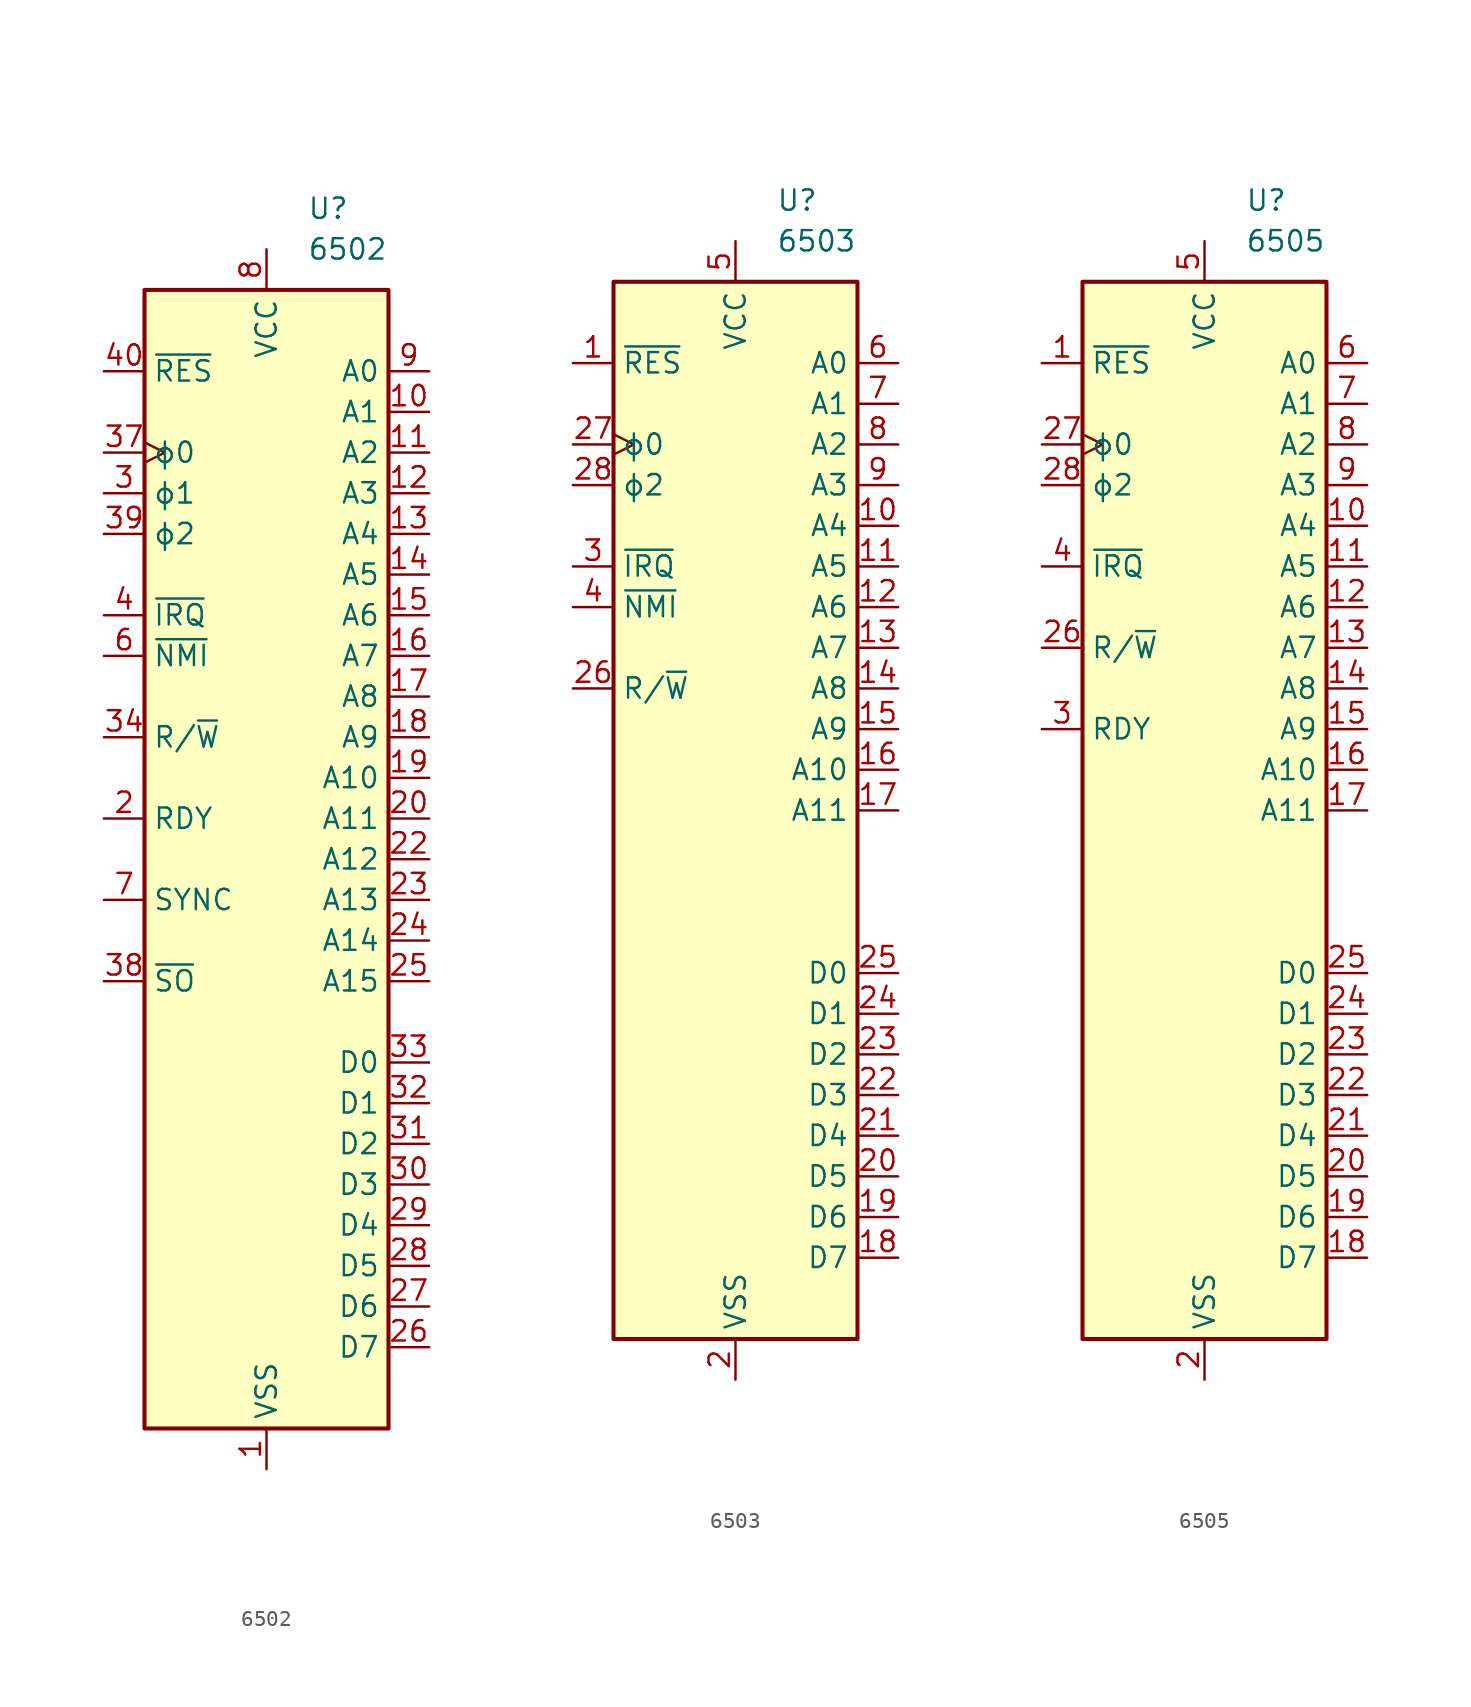
<source format=kicad_sym>
(kicad_symbol_lib
  (version 20220914)
  (generator kicad_symbol_editor)
  (symbol "6502"
    (property "Reference" "U"
      (at 2.54 40.64 0)
      (effects (font (size 1.27 1.27)) (justify left)))
    (property "Value" "6502"
      (at 2.54 38.1 0)
      (effects (font (size 1.27 1.27)) (justify left)))
    (symbol "6502_0_1"
      (rectangle (start -7.62 35.56) (end 7.62 -35.56) (stroke (width 0.254) (type default)) (fill (type background))))
    (symbol "6502_1_1"
      (pin power_in line (at 0 -38.1 90) (length 2.54) (name "VSS" (effects (font (size 1.27 1.27)))) (number "1" (effects (font (size 1.27 1.27)))))
      (pin output line (at 10.16 27.94 180) (length 2.54) (name "A1" (effects (font (size 1.27 1.27)))) (number "10" (effects (font (size 1.27 1.27)))))
      (pin output line (at 10.16 25.4 180) (length 2.54) (name "A2" (effects (font (size 1.27 1.27)))) (number "11" (effects (font (size 1.27 1.27)))))
      (pin output line (at 10.16 22.86 180) (length 2.54) (name "A3" (effects (font (size 1.27 1.27)))) (number "12" (effects (font (size 1.27 1.27)))))
      (pin output line (at 10.16 20.32 180) (length 2.54) (name "A4" (effects (font (size 1.27 1.27)))) (number "13" (effects (font (size 1.27 1.27)))))
      (pin output line (at 10.16 17.78 180) (length 2.54) (name "A5" (effects (font (size 1.27 1.27)))) (number "14" (effects (font (size 1.27 1.27)))))
      (pin output line (at 10.16 15.24 180) (length 2.54) (name "A6" (effects (font (size 1.27 1.27)))) (number "15" (effects (font (size 1.27 1.27)))))
      (pin output line (at 10.16 12.7 180) (length 2.54) (name "A7" (effects (font (size 1.27 1.27)))) (number "16" (effects (font (size 1.27 1.27)))))
      (pin output line (at 10.16 10.16 180) (length 2.54) (name "A8" (effects (font (size 1.27 1.27)))) (number "17" (effects (font (size 1.27 1.27)))))
      (pin output line (at 10.16 7.62 180) (length 2.54) (name "A9" (effects (font (size 1.27 1.27)))) (number "18" (effects (font (size 1.27 1.27)))))
      (pin output line (at 10.16 5.08 180) (length 2.54) (name "A10" (effects (font (size 1.27 1.27)))) (number "19" (effects (font (size 1.27 1.27)))))
      (pin input line (at -10.16 2.54 0) (length 2.54) (name "RDY" (effects (font (size 1.27 1.27)))) (number "2" (effects (font (size 1.27 1.27)))))
      (pin output line (at 10.16 2.54 180) (length 2.54) (name "A11" (effects (font (size 1.27 1.27)))) (number "20" (effects (font (size 1.27 1.27)))))
      (pin passive line (at 0 -38.1 90) (length 2.54) hide (name "VSS" (effects (font (size 1.27 1.27)))) (number "21" (effects (font (size 1.27 1.27)))))
      (pin output line (at 10.16 0 180) (length 2.54) (name "A12" (effects (font (size 1.27 1.27)))) (number "22" (effects (font (size 1.27 1.27)))))
      (pin output line (at 10.16 -2.54 180) (length 2.54) (name "A13" (effects (font (size 1.27 1.27)))) (number "23" (effects (font (size 1.27 1.27)))))
      (pin output line (at 10.16 -5.08 180) (length 2.54) (name "A14" (effects (font (size 1.27 1.27)))) (number "24" (effects (font (size 1.27 1.27)))))
      (pin output line (at 10.16 -7.62 180) (length 2.54) (name "A15" (effects (font (size 1.27 1.27)))) (number "25" (effects (font (size 1.27 1.27)))))
      (pin bidirectional line (at 10.16 -30.48 180) (length 2.54) (name "D7" (effects (font (size 1.27 1.27)))) (number "26" (effects (font (size 1.27 1.27)))))
      (pin bidirectional line (at 10.16 -27.94 180) (length 2.54) (name "D6" (effects (font (size 1.27 1.27)))) (number "27" (effects (font (size 1.27 1.27)))))
      (pin bidirectional line (at 10.16 -25.4 180) (length 2.54) (name "D5" (effects (font (size 1.27 1.27)))) (number "28" (effects (font (size 1.27 1.27)))))
      (pin bidirectional line (at 10.16 -22.86 180) (length 2.54) (name "D4" (effects (font (size 1.27 1.27)))) (number "29" (effects (font (size 1.27 1.27)))))
      (pin output line (at -10.16 22.86 0) (length 2.54) (name "ϕ1" (effects (font (size 1.27 1.27)))) (number "3" (effects (font (size 1.27 1.27)))))
      (pin bidirectional line (at 10.16 -20.32 180) (length 2.54) (name "D3" (effects (font (size 1.27 1.27)))) (number "30" (effects (font (size 1.27 1.27)))))
      (pin bidirectional line (at 10.16 -17.78 180) (length 2.54) (name "D2" (effects (font (size 1.27 1.27)))) (number "31" (effects (font (size 1.27 1.27)))))
      (pin bidirectional line (at 10.16 -15.24 180) (length 2.54) (name "D1" (effects (font (size 1.27 1.27)))) (number "32" (effects (font (size 1.27 1.27)))))
      (pin bidirectional line (at 10.16 -12.7 180) (length 2.54) (name "D0" (effects (font (size 1.27 1.27)))) (number "33" (effects (font (size 1.27 1.27)))))
      (pin output line (at -10.16 7.62 0) (length 2.54) (name "R/~{W}" (effects (font (size 1.27 1.27)))) (number "34" (effects (font (size 1.27 1.27)))))
      (pin no_connect non_logic (at -7.62 -15.24 0) (length 2.54) hide (name "nc" (effects (font (size 1.27 1.27)))) (number "35" (effects (font (size 1.27 1.27)))))
      (pin no_connect non_logic (at -7.62 -17.78 0) (length 2.54) hide (name "nc" (effects (font (size 1.27 1.27)))) (number "36" (effects (font (size 1.27 1.27)))))
      (pin input clock (at -10.16 25.4 0) (length 2.54) (name "ϕ0" (effects (font (size 1.27 1.27)))) (number "37" (effects (font (size 1.27 1.27)))))
      (pin input line (at -10.16 -7.62 0) (length 2.54) (name "~{SO}" (effects (font (size 1.27 1.27)))) (number "38" (effects (font (size 1.27 1.27)))))
      (pin output line (at -10.16 20.32 0) (length 2.54) (name "ϕ2" (effects (font (size 1.27 1.27)))) (number "39" (effects (font (size 1.27 1.27)))))
      (pin input line (at -10.16 15.24 0) (length 2.54) (name "~{IRQ}" (effects (font (size 1.27 1.27)))) (number "4" (effects (font (size 1.27 1.27)))))
      (pin input line (at -10.16 30.48 0) (length 2.54) (name "~{RES}" (effects (font (size 1.27 1.27)))) (number "40" (effects (font (size 1.27 1.27)))))
      (pin no_connect non_logic (at -7.62 -12.7 0) (length 2.54) hide (name "nc" (effects (font (size 1.27 1.27)))) (number "5" (effects (font (size 1.27 1.27)))))
      (pin input line (at -10.16 12.7 0) (length 2.54) (name "~{NMI}" (effects (font (size 1.27 1.27)))) (number "6" (effects (font (size 1.27 1.27)))))
      (pin output line (at -10.16 -2.54 0) (length 2.54) (name "SYNC" (effects (font (size 1.27 1.27)))) (number "7" (effects (font (size 1.27 1.27)))))
      (pin power_in line (at 0 38.1 270) (length 2.54) (name "VCC" (effects (font (size 1.27 1.27)))) (number "8" (effects (font (size 1.27 1.27)))))
      (pin output line (at 10.16 30.48 180) (length 2.54) (name "A0" (effects (font (size 1.27 1.27)))) (number "9" (effects (font (size 1.27 1.27)))))))
  (symbol "6503"
    (property "Reference" "U"
      (at 2.54 38.1 0)
      (effects (font (size 1.27 1.27)) (justify left)))
    (property "Value" "6503"
      (at 2.54 35.56 0)
      (effects (font (size 1.27 1.27)) (justify left)))
    (symbol "6503_0_1"
      (rectangle (start -7.62 33.02) (end 7.62 -33.02) (stroke (width 0.254) (type default)) (fill (type background))))
    (symbol "6503_1_1"
      (pin input line (at -10.16 27.94 0) (length 2.54) (name "~{RES}" (effects (font (size 1.27 1.27)))) (number "1" (effects (font (size 1.27 1.27)))))
      (pin output line (at 10.16 17.78 180) (length 2.54) (name "A4" (effects (font (size 1.27 1.27)))) (number "10" (effects (font (size 1.27 1.27)))))
      (pin output line (at 10.16 15.24 180) (length 2.54) (name "A5" (effects (font (size 1.27 1.27)))) (number "11" (effects (font (size 1.27 1.27)))))
      (pin output line (at 10.16 12.7 180) (length 2.54) (name "A6" (effects (font (size 1.27 1.27)))) (number "12" (effects (font (size 1.27 1.27)))))
      (pin output line (at 10.16 10.16 180) (length 2.54) (name "A7" (effects (font (size 1.27 1.27)))) (number "13" (effects (font (size 1.27 1.27)))))
      (pin output line (at 10.16 7.62 180) (length 2.54) (name "A8" (effects (font (size 1.27 1.27)))) (number "14" (effects (font (size 1.27 1.27)))))
      (pin output line (at 10.16 5.08 180) (length 2.54) (name "A9" (effects (font (size 1.27 1.27)))) (number "15" (effects (font (size 1.27 1.27)))))
      (pin output line (at 10.16 2.54 180) (length 2.54) (name "A10" (effects (font (size 1.27 1.27)))) (number "16" (effects (font (size 1.27 1.27)))))
      (pin output line (at 10.16 0 180) (length 2.54) (name "A11" (effects (font (size 1.27 1.27)))) (number "17" (effects (font (size 1.27 1.27)))))
      (pin bidirectional line (at 10.16 -27.94 180) (length 2.54) (name "D7" (effects (font (size 1.27 1.27)))) (number "18" (effects (font (size 1.27 1.27)))))
      (pin bidirectional line (at 10.16 -25.4 180) (length 2.54) (name "D6" (effects (font (size 1.27 1.27)))) (number "19" (effects (font (size 1.27 1.27)))))
      (pin power_in line (at 0 -35.56 90) (length 2.54) (name "VSS" (effects (font (size 1.27 1.27)))) (number "2" (effects (font (size 1.27 1.27)))))
      (pin bidirectional line (at 10.16 -22.86 180) (length 2.54) (name "D5" (effects (font (size 1.27 1.27)))) (number "20" (effects (font (size 1.27 1.27)))))
      (pin bidirectional line (at 10.16 -20.32 180) (length 2.54) (name "D4" (effects (font (size 1.27 1.27)))) (number "21" (effects (font (size 1.27 1.27)))))
      (pin bidirectional line (at 10.16 -17.78 180) (length 2.54) (name "D3" (effects (font (size 1.27 1.27)))) (number "22" (effects (font (size 1.27 1.27)))))
      (pin bidirectional line (at 10.16 -15.24 180) (length 2.54) (name "D2" (effects (font (size 1.27 1.27)))) (number "23" (effects (font (size 1.27 1.27)))))
      (pin bidirectional line (at 10.16 -12.7 180) (length 2.54) (name "D1" (effects (font (size 1.27 1.27)))) (number "24" (effects (font (size 1.27 1.27)))))
      (pin bidirectional line (at 10.16 -10.16 180) (length 2.54) (name "D0" (effects (font (size 1.27 1.27)))) (number "25" (effects (font (size 1.27 1.27)))))
      (pin output line (at -10.16 7.62 0) (length 2.54) (name "R/~{W}" (effects (font (size 1.27 1.27)))) (number "26" (effects (font (size 1.27 1.27)))))
      (pin input clock (at -10.16 22.86 0) (length 2.54) (name "ϕ0" (effects (font (size 1.27 1.27)))) (number "27" (effects (font (size 1.27 1.27)))))
      (pin output line (at -10.16 20.32 0) (length 2.54) (name "ϕ2" (effects (font (size 1.27 1.27)))) (number "28" (effects (font (size 1.27 1.27)))))
      (pin input line (at -10.16 15.24 0) (length 2.54) (name "~{IRQ}" (effects (font (size 1.27 1.27)))) (number "3" (effects (font (size 1.27 1.27)))))
      (pin input line (at -10.16 12.7 0) (length 2.54) (name "~{NMI}" (effects (font (size 1.27 1.27)))) (number "4" (effects (font (size 1.27 1.27)))))
      (pin power_in line (at 0 35.56 270) (length 2.54) (name "VCC" (effects (font (size 1.27 1.27)))) (number "5" (effects (font (size 1.27 1.27)))))
      (pin output line (at 10.16 27.94 180) (length 2.54) (name "A0" (effects (font (size 1.27 1.27)))) (number "6" (effects (font (size 1.27 1.27)))))
      (pin output line (at 10.16 25.4 180) (length 2.54) (name "A1" (effects (font (size 1.27 1.27)))) (number "7" (effects (font (size 1.27 1.27)))))
      (pin output line (at 10.16 22.86 180) (length 2.54) (name "A2" (effects (font (size 1.27 1.27)))) (number "8" (effects (font (size 1.27 1.27)))))
      (pin output line (at 10.16 20.32 180) (length 2.54) (name "A3" (effects (font (size 1.27 1.27)))) (number "9" (effects (font (size 1.27 1.27)))))))
  (symbol "6505"
    (property "Reference" "U"
      (at 2.54 38.1 0)
      (effects (font (size 1.27 1.27)) (justify left)))
    (property "Value" "6505"
      (at 2.54 35.56 0)
      (effects (font (size 1.27 1.27)) (justify left)))
    (symbol "6505_0_1"
      (rectangle (start -7.62 33.02) (end 7.62 -33.02) (stroke (width 0.254) (type default)) (fill (type background))))
    (symbol "6505_1_1"
      (pin input line (at -10.16 27.94 0) (length 2.54) (name "~{RES}" (effects (font (size 1.27 1.27)))) (number "1" (effects (font (size 1.27 1.27)))))
      (pin output line (at 10.16 17.78 180) (length 2.54) (name "A4" (effects (font (size 1.27 1.27)))) (number "10" (effects (font (size 1.27 1.27)))))
      (pin output line (at 10.16 15.24 180) (length 2.54) (name "A5" (effects (font (size 1.27 1.27)))) (number "11" (effects (font (size 1.27 1.27)))))
      (pin output line (at 10.16 12.7 180) (length 2.54) (name "A6" (effects (font (size 1.27 1.27)))) (number "12" (effects (font (size 1.27 1.27)))))
      (pin output line (at 10.16 10.16 180) (length 2.54) (name "A7" (effects (font (size 1.27 1.27)))) (number "13" (effects (font (size 1.27 1.27)))))
      (pin output line (at 10.16 7.62 180) (length 2.54) (name "A8" (effects (font (size 1.27 1.27)))) (number "14" (effects (font (size 1.27 1.27)))))
      (pin output line (at 10.16 5.08 180) (length 2.54) (name "A9" (effects (font (size 1.27 1.27)))) (number "15" (effects (font (size 1.27 1.27)))))
      (pin output line (at 10.16 2.54 180) (length 2.54) (name "A10" (effects (font (size 1.27 1.27)))) (number "16" (effects (font (size 1.27 1.27)))))
      (pin output line (at 10.16 0 180) (length 2.54) (name "A11" (effects (font (size 1.27 1.27)))) (number "17" (effects (font (size 1.27 1.27)))))
      (pin bidirectional line (at 10.16 -27.94 180) (length 2.54) (name "D7" (effects (font (size 1.27 1.27)))) (number "18" (effects (font (size 1.27 1.27)))))
      (pin bidirectional line (at 10.16 -25.4 180) (length 2.54) (name "D6" (effects (font (size 1.27 1.27)))) (number "19" (effects (font (size 1.27 1.27)))))
      (pin power_in line (at 0 -35.56 90) (length 2.54) (name "VSS" (effects (font (size 1.27 1.27)))) (number "2" (effects (font (size 1.27 1.27)))))
      (pin bidirectional line (at 10.16 -22.86 180) (length 2.54) (name "D5" (effects (font (size 1.27 1.27)))) (number "20" (effects (font (size 1.27 1.27)))))
      (pin bidirectional line (at 10.16 -20.32 180) (length 2.54) (name "D4" (effects (font (size 1.27 1.27)))) (number "21" (effects (font (size 1.27 1.27)))))
      (pin bidirectional line (at 10.16 -17.78 180) (length 2.54) (name "D3" (effects (font (size 1.27 1.27)))) (number "22" (effects (font (size 1.27 1.27)))))
      (pin bidirectional line (at 10.16 -15.24 180) (length 2.54) (name "D2" (effects (font (size 1.27 1.27)))) (number "23" (effects (font (size 1.27 1.27)))))
      (pin bidirectional line (at 10.16 -12.7 180) (length 2.54) (name "D1" (effects (font (size 1.27 1.27)))) (number "24" (effects (font (size 1.27 1.27)))))
      (pin bidirectional line (at 10.16 -10.16 180) (length 2.54) (name "D0" (effects (font (size 1.27 1.27)))) (number "25" (effects (font (size 1.27 1.27)))))
      (pin output line (at -10.16 10.16 0) (length 2.54) (name "R/~{W}" (effects (font (size 1.27 1.27)))) (number "26" (effects (font (size 1.27 1.27)))))
      (pin input clock (at -10.16 22.86 0) (length 2.54) (name "ϕ0" (effects (font (size 1.27 1.27)))) (number "27" (effects (font (size 1.27 1.27)))))
      (pin output line (at -10.16 20.32 0) (length 2.54) (name "ϕ2" (effects (font (size 1.27 1.27)))) (number "28" (effects (font (size 1.27 1.27)))))
      (pin input line (at -10.16 5.08 0) (length 2.54) (name "RDY" (effects (font (size 1.27 1.27)))) (number "3" (effects (font (size 1.27 1.27)))))
      (pin input line (at -10.16 15.24 0) (length 2.54) (name "~{IRQ}" (effects (font (size 1.27 1.27)))) (number "4" (effects (font (size 1.27 1.27)))))
      (pin power_in line (at 0 35.56 270) (length 2.54) (name "VCC" (effects (font (size 1.27 1.27)))) (number "5" (effects (font (size 1.27 1.27)))))
      (pin output line (at 10.16 27.94 180) (length 2.54) (name "A0" (effects (font (size 1.27 1.27)))) (number "6" (effects (font (size 1.27 1.27)))))
      (pin output line (at 10.16 25.4 180) (length 2.54) (name "A1" (effects (font (size 1.27 1.27)))) (number "7" (effects (font (size 1.27 1.27)))))
      (pin output line (at 10.16 22.86 180) (length 2.54) (name "A2" (effects (font (size 1.27 1.27)))) (number "8" (effects (font (size 1.27 1.27)))))
      (pin output line (at 10.16 20.32 180) (length 2.54) (name "A3" (effects (font (size 1.27 1.27)))) (number "9" (effects (font (size 1.27 1.27))))))))
</source>
